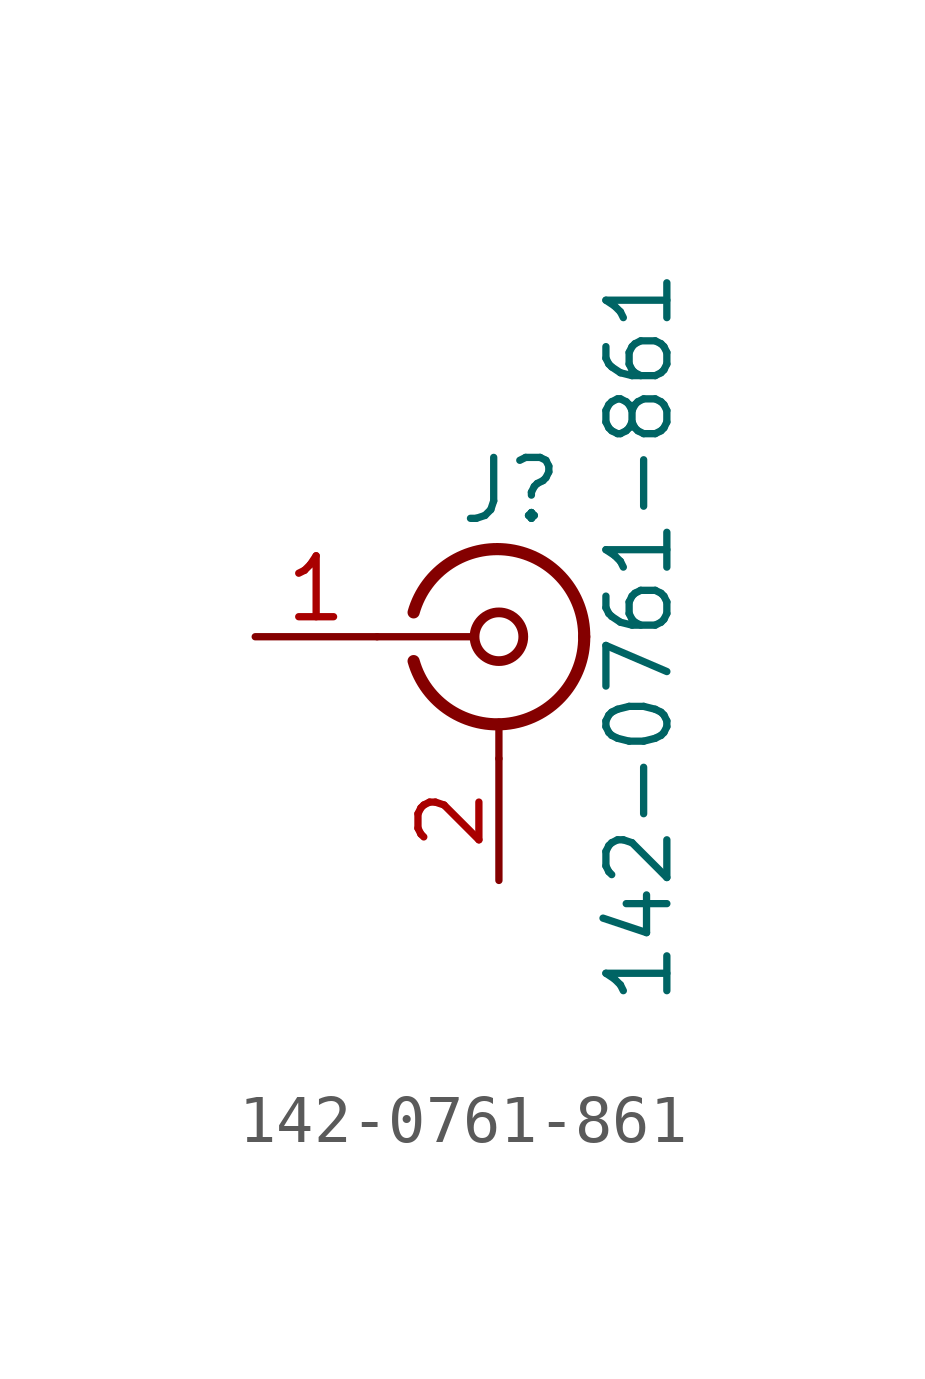
<source format=kicad_sym>
(kicad_symbol_lib
  (version 20241209)
  (generator "kicad_symbol_editor")
  (generator_version "9.0")
  (symbol "142-0761-861"
    (pin_names
      (offset 1.016)
      (hide yes))
    (property "Reference" "J"
      (at 0.254 3.048 0)
      (effects (font (size 1.27 1.27))))
    (property "Value" "142-0761-861"
      (at 2.921 0 90)
      (effects (font (size 1.27 1.27))))
    (symbol "142-0761-861_0_1"
      (polyline (pts (xy -2.54 0) (xy -0.508 0)) (stroke (width 0) (type default)) (fill (type none)))
      (arc (start 1.778 0) (mid 0.222 -1.8079) (end -1.778 -0.508) (stroke (width 0.254) (type default)) (fill (type none)))
      (arc (start -1.778 0.508) (mid 0.2221 1.8084) (end 1.778 0) (stroke (width 0.254) (type default)) (fill (type none)))
      (circle (center 0 0) (radius 0.508) (stroke (width 0.203) (type default)) (fill (type none)))
      (polyline (pts (xy 0 -2.54) (xy 0 -1.778)) (stroke (width 0) (type default)) (fill (type none))))
    (symbol "142-0761-861_1_1"
      (pin passive line (at -5.08 0 0) (length 2.54) (name "In" (effects (font (size 1.27 1.27)))) (number "1" (effects (font (size 1.27 1.27)))))
      (pin passive line (at 0 -5.08 90) (length 2.54) (name "Ext" (effects (font (size 1.27 1.27)))) (number "2" (effects (font (size 1.27 1.27))))))))
</source>
